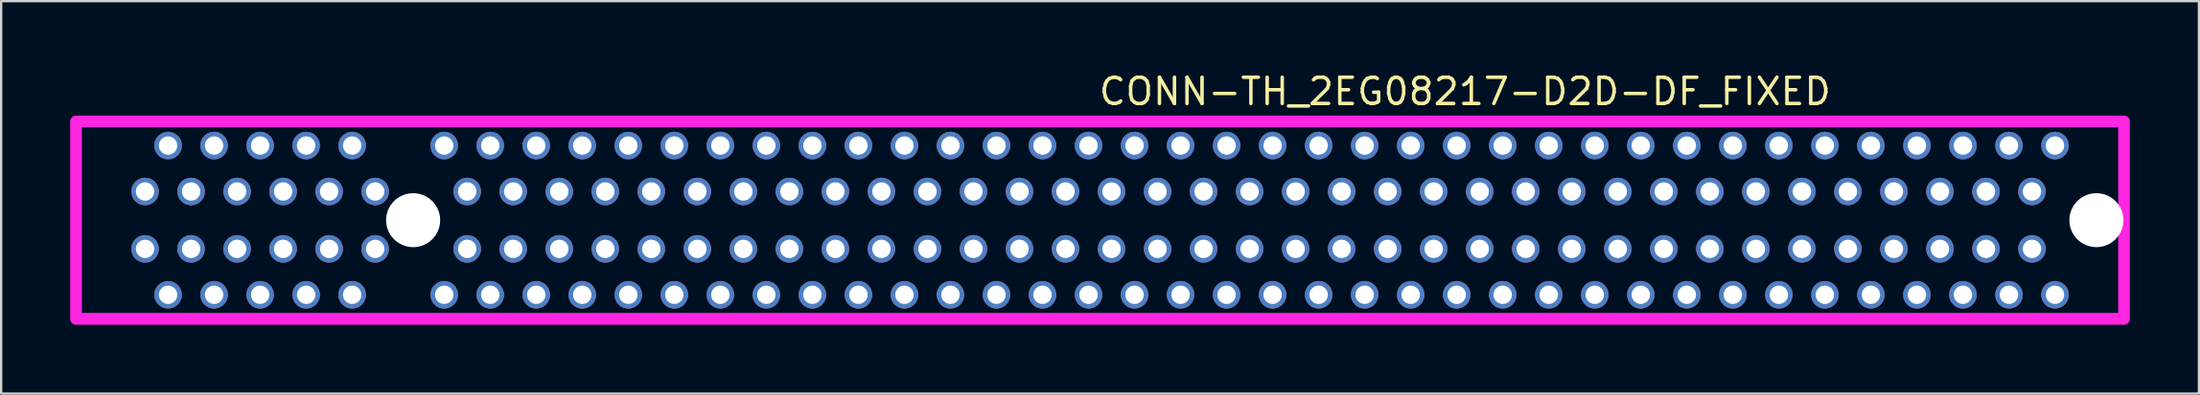
<source format=kicad_pcb>
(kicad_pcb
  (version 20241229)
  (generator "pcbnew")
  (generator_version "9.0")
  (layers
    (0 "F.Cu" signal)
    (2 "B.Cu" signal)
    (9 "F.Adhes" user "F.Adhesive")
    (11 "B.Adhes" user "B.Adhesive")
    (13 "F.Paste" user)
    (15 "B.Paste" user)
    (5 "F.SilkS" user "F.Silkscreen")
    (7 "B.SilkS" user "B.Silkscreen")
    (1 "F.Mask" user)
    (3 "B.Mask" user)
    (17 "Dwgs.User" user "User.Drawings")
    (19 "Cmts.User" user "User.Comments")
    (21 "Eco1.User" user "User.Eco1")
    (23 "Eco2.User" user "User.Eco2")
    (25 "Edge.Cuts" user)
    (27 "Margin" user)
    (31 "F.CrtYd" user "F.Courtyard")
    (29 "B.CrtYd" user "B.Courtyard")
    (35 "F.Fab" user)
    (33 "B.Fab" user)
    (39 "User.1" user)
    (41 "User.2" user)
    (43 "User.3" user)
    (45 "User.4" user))
  (footprint "CONN-TH_2EG08217-D2D-DF_FIXED"
    (layer "F.Cu")
    (at 44.754 6.54)
    (property "Reference" "CONN-TH_2EG08217-D2D-DF_FIXED" (at -0.13 -5.604 0) (layer "F.SilkS") (effects (font (size 1.143 1.143) (thickness 0.152)) (justify left)))
    (attr through_hole)
    (fp_line (start -44.455 -4.191) (end -44.455 4.191) (stroke (width 0.254) (type solid)) (layer "F.SilkS"))
    (fp_line (start -44.455 -4.191) (end 44.445 -4.191) (stroke (width 0.254) (type solid)) (layer "F.SilkS"))
    (fp_line (start -44.455 4.191) (end 44.445 4.191) (stroke (width 0.254) (type solid)) (layer "F.SilkS"))
    (fp_line (start 44.445 -0.747) (end 44.445 -4.191) (stroke (width 0.254) (type solid)) (layer "F.SilkS"))
    (fp_line (start 44.445 4.191) (end 44.445 0.747) (stroke (width 0.254) (type solid)) (layer "F.SilkS"))
    (fp_circle (center -29.85 -0.000127) (end -29.85 0.5) (stroke (width 1) (type solid)) (fill no) (layer "Cmts.User"))
    (fp_circle (center 43.3 -0.000127) (end 43.3 0.5) (stroke (width 1) (type solid)) (fill no) (layer "Cmts.User"))
    (fp_poly (pts (xy -44.5 -4.3) (xy 44.5 -4.3) (xy 44.5 4.3) (xy -44.5 4.3)) (stroke (width 0.508) (type solid)) (fill no) (layer "F.CrtYd"))
    (pad "" np_thru_hole circle (at -29.85 -0.000127) (size 2.35 2.35) (drill 2.35) (layers "*.Cu" "*.Mask"))
    (pad "" np_thru_hole circle (at 43.3 -0.000127) (size 2.35 2.35) (drill 2.35) (layers "*.Cu" "*.Mask"))
    (pad "A1" thru_hole circle (at -41.5 -1.25) (size 1.2 1.2) (drill 0.8) (layers "*.Cu" "*.Mask"))
    (pad "A2" thru_hole circle (at -40.5 -3.25) (size 1.2 1.2) (drill 0.8) (layers "*.Cu" "*.Mask"))
    (pad "A3" thru_hole circle (at -39.5 -1.25) (size 1.2 1.2) (drill 0.8) (layers "*.Cu" "*.Mask"))
    (pad "A4" thru_hole circle (at -38.5 -3.25) (size 1.2 1.2) (drill 0.8) (layers "*.Cu" "*.Mask"))
    (pad "A5" thru_hole circle (at -37.5 -1.25) (size 1.2 1.2) (drill 0.8) (layers "*.Cu" "*.Mask"))
    (pad "A6" thru_hole circle (at -36.5 -3.25) (size 1.2 1.2) (drill 0.8) (layers "*.Cu" "*.Mask"))
    (pad "A7" thru_hole circle (at -35.5 -1.25) (size 1.2 1.2) (drill 0.8) (layers "*.Cu" "*.Mask"))
    (pad "A8" thru_hole circle (at -34.5 -3.25) (size 1.2 1.2) (drill 0.8) (layers "*.Cu" "*.Mask"))
    (pad "A9" thru_hole circle (at -33.5 -1.25) (size 1.2 1.2) (drill 0.8) (layers "*.Cu" "*.Mask"))
    (pad "A10" thru_hole circle (at -32.5 -3.25) (size 1.2 1.2) (drill 0.8) (layers "*.Cu" "*.Mask"))
    (pad "A11" thru_hole circle (at -31.5 -1.25) (size 1.2 1.2) (drill 0.8) (layers "*.Cu" "*.Mask"))
    (pad "A12" thru_hole circle (at -28.5 -3.25) (size 1.2 1.2) (drill 0.8) (layers "*.Cu" "*.Mask"))
    (pad "A13" thru_hole circle (at -27.5 -1.25) (size 1.2 1.2) (drill 0.8) (layers "*.Cu" "*.Mask"))
    (pad "A14" thru_hole circle (at -26.5 -3.25) (size 1.2 1.2) (drill 0.8) (layers "*.Cu" "*.Mask"))
    (pad "A15" thru_hole circle (at -25.5 -1.25) (size 1.2 1.2) (drill 0.8) (layers "*.Cu" "*.Mask"))
    (pad "A16" thru_hole circle (at -24.5 -3.25) (size 1.2 1.2) (drill 0.8) (layers "*.Cu" "*.Mask"))
    (pad "A17" thru_hole circle (at -23.5 -1.25) (size 1.2 1.2) (drill 0.8) (layers "*.Cu" "*.Mask"))
    (pad "A18" thru_hole circle (at -22.5 -3.25) (size 1.2 1.2) (drill 0.8) (layers "*.Cu" "*.Mask"))
    (pad "A19" thru_hole circle (at -21.5 -1.25) (size 1.2 1.2) (drill 0.8) (layers "*.Cu" "*.Mask"))
    (pad "A20" thru_hole circle (at -20.5 -3.25) (size 1.2 1.2) (drill 0.8) (layers "*.Cu" "*.Mask"))
    (pad "A21" thru_hole circle (at -19.5 -1.25) (size 1.2 1.2) (drill 0.8) (layers "*.Cu" "*.Mask"))
    (pad "A22" thru_hole circle (at -18.5 -3.25) (size 1.2 1.2) (drill 0.8) (layers "*.Cu" "*.Mask"))
    (pad "A23" thru_hole circle (at -17.5 -1.25) (size 1.2 1.2) (drill 0.8) (layers "*.Cu" "*.Mask"))
    (pad "A24" thru_hole circle (at -16.5 -3.25) (size 1.2 1.2) (drill 0.8) (layers "*.Cu" "*.Mask"))
    (pad "A25" thru_hole circle (at -15.5 -1.25) (size 1.2 1.2) (drill 0.8) (layers "*.Cu" "*.Mask"))
    (pad "A26" thru_hole circle (at -14.5 -3.25) (size 1.2 1.2) (drill 0.8) (layers "*.Cu" "*.Mask"))
    (pad "A27" thru_hole circle (at -13.5 -1.25) (size 1.2 1.2) (drill 0.8) (layers "*.Cu" "*.Mask"))
    (pad "A28" thru_hole circle (at -12.5 -3.25) (size 1.2 1.2) (drill 0.8) (layers "*.Cu" "*.Mask"))
    (pad "A29" thru_hole circle (at -11.5 -1.25) (size 1.2 1.2) (drill 0.8) (layers "*.Cu" "*.Mask"))
    (pad "A30" thru_hole circle (at -10.5 -3.25) (size 1.2 1.2) (drill 0.8) (layers "*.Cu" "*.Mask"))
    (pad "A31" thru_hole circle (at -9.5 -1.25) (size 1.2 1.2) (drill 0.8) (layers "*.Cu" "*.Mask"))
    (pad "A32" thru_hole circle (at -8.5 -3.25) (size 1.2 1.2) (drill 0.8) (layers "*.Cu" "*.Mask"))
    (pad "A33" thru_hole circle (at -7.5 -1.25) (size 1.2 1.2) (drill 0.8) (layers "*.Cu" "*.Mask"))
    (pad "A34" thru_hole circle (at -6.5 -3.25) (size 1.2 1.2) (drill 0.8) (layers "*.Cu" "*.Mask"))
    (pad "A35" thru_hole circle (at -5.5 -1.25) (size 1.2 1.2) (drill 0.8) (layers "*.Cu" "*.Mask"))
    (pad "A36" thru_hole circle (at -4.5 -3.25) (size 1.2 1.2) (drill 0.8) (layers "*.Cu" "*.Mask"))
    (pad "A37" thru_hole circle (at -3.5 -1.25) (size 1.2 1.2) (drill 0.8) (layers "*.Cu" "*.Mask"))
    (pad "A38" thru_hole circle (at -2.5 -3.25) (size 1.2 1.2) (drill 0.8) (layers "*.Cu" "*.Mask"))
    (pad "A39" thru_hole circle (at -1.5 -1.25) (size 1.2 1.2) (drill 0.8) (layers "*.Cu" "*.Mask"))
    (pad "A40" thru_hole circle (at -0.5 -3.25) (size 1.2 1.2) (drill 0.8) (layers "*.Cu" "*.Mask"))
    (pad "A41" thru_hole circle (at 0.5 -1.25) (size 1.2 1.2) (drill 0.8) (layers "*.Cu" "*.Mask"))
    (pad "A42" thru_hole circle (at 1.5 -3.25) (size 1.2 1.2) (drill 0.8) (layers "*.Cu" "*.Mask"))
    (pad "A43" thru_hole circle (at 2.5 -1.25) (size 1.2 1.2) (drill 0.8) (layers "*.Cu" "*.Mask"))
    (pad "A44" thru_hole circle (at 3.5 -3.25) (size 1.2 1.2) (drill 0.8) (layers "*.Cu" "*.Mask"))
    (pad "A45" thru_hole circle (at 4.5 -1.25) (size 1.2 1.2) (drill 0.8) (layers "*.Cu" "*.Mask"))
    (pad "A46" thru_hole circle (at 5.5 -3.25) (size 1.2 1.2) (drill 0.8) (layers "*.Cu" "*.Mask"))
    (pad "A47" thru_hole circle (at 6.5 -1.25) (size 1.2 1.2) (drill 0.8) (layers "*.Cu" "*.Mask"))
    (pad "A48" thru_hole circle (at 7.5 -3.25) (size 1.2 1.2) (drill 0.8) (layers "*.Cu" "*.Mask"))
    (pad "A49" thru_hole circle (at 8.5 -1.25) (size 1.2 1.2) (drill 0.8) (layers "*.Cu" "*.Mask"))
    (pad "A50" thru_hole circle (at 9.5 -3.25) (size 1.2 1.2) (drill 0.8) (layers "*.Cu" "*.Mask"))
    (pad "A51" thru_hole circle (at 10.5 -1.25) (size 1.2 1.2) (drill 0.8) (layers "*.Cu" "*.Mask"))
    (pad "A52" thru_hole circle (at 11.5 -3.25) (size 1.2 1.2) (drill 0.8) (layers "*.Cu" "*.Mask"))
    (pad "A53" thru_hole circle (at 12.5 -1.25) (size 1.2 1.2) (drill 0.8) (layers "*.Cu" "*.Mask"))
    (pad "A54" thru_hole circle (at 13.5 -3.25) (size 1.2 1.2) (drill 0.8) (layers "*.Cu" "*.Mask"))
    (pad "A55" thru_hole circle (at 14.5 -1.25) (size 1.2 1.2) (drill 0.8) (layers "*.Cu" "*.Mask"))
    (pad "A56" thru_hole circle (at 15.5 -3.25) (size 1.2 1.2) (drill 0.8) (layers "*.Cu" "*.Mask"))
    (pad "A57" thru_hole circle (at 16.5 -1.25) (size 1.2 1.2) (drill 0.8) (layers "*.Cu" "*.Mask"))
    (pad "A58" thru_hole circle (at 17.5 -3.25) (size 1.2 1.2) (drill 0.8) (layers "*.Cu" "*.Mask"))
    (pad "A59" thru_hole circle (at 18.5 -1.25) (size 1.2 1.2) (drill 0.8) (layers "*.Cu" "*.Mask"))
    (pad "A60" thru_hole circle (at 19.5 -3.25) (size 1.2 1.2) (drill 0.8) (layers "*.Cu" "*.Mask"))
    (pad "A61" thru_hole circle (at 20.5 -1.25) (size 1.2 1.2) (drill 0.8) (layers "*.Cu" "*.Mask"))
    (pad "A62" thru_hole circle (at 21.5 -3.25) (size 1.2 1.2) (drill 0.8) (layers "*.Cu" "*.Mask"))
    (pad "A63" thru_hole circle (at 22.5 -1.25) (size 1.2 1.2) (drill 0.8) (layers "*.Cu" "*.Mask"))
    (pad "A64" thru_hole circle (at 23.5 -3.25) (size 1.2 1.2) (drill 0.8) (layers "*.Cu" "*.Mask"))
    (pad "A65" thru_hole circle (at 24.5 -1.25) (size 1.2 1.2) (drill 0.8) (layers "*.Cu" "*.Mask"))
    (pad "A66" thru_hole circle (at 25.5 -3.25) (size 1.2 1.2) (drill 0.8) (layers "*.Cu" "*.Mask"))
    (pad "A67" thru_hole circle (at 26.5 -1.25) (size 1.2 1.2) (drill 0.8) (layers "*.Cu" "*.Mask"))
    (pad "A68" thru_hole circle (at 27.5 -3.25) (size 1.2 1.2) (drill 0.8) (layers "*.Cu" "*.Mask"))
    (pad "A69" thru_hole circle (at 28.5 -1.25) (size 1.2 1.2) (drill 0.8) (layers "*.Cu" "*.Mask"))
    (pad "A70" thru_hole circle (at 29.5 -3.25) (size 1.2 1.2) (drill 0.8) (layers "*.Cu" "*.Mask"))
    (pad "A71" thru_hole circle (at 30.5 -1.25) (size 1.2 1.2) (drill 0.8) (layers "*.Cu" "*.Mask"))
    (pad "A72" thru_hole circle (at 31.5 -3.25) (size 1.2 1.2) (drill 0.8) (layers "*.Cu" "*.Mask"))
    (pad "A73" thru_hole circle (at 32.5 -1.25) (size 1.2 1.2) (drill 0.8) (layers "*.Cu" "*.Mask"))
    (pad "A74" thru_hole circle (at 33.5 -3.25) (size 1.2 1.2) (drill 0.8) (layers "*.Cu" "*.Mask"))
    (pad "A75" thru_hole circle (at 34.5 -1.25) (size 1.2 1.2) (drill 0.8) (layers "*.Cu" "*.Mask"))
    (pad "A76" thru_hole circle (at 35.5 -3.25) (size 1.2 1.2) (drill 0.8) (layers "*.Cu" "*.Mask"))
    (pad "A77" thru_hole circle (at 36.5 -1.25) (size 1.2 1.2) (drill 0.8) (layers "*.Cu" "*.Mask"))
    (pad "A78" thru_hole circle (at 37.5 -3.25) (size 1.2 1.2) (drill 0.8) (layers "*.Cu" "*.Mask"))
    (pad "A79" thru_hole circle (at 38.5 -1.25) (size 1.2 1.2) (drill 0.8) (layers "*.Cu" "*.Mask"))
    (pad "A80" thru_hole circle (at 39.5 -3.25) (size 1.2 1.2) (drill 0.8) (layers "*.Cu" "*.Mask"))
    (pad "A81" thru_hole circle (at 40.5 -1.25) (size 1.2 1.2) (drill 0.8) (layers "*.Cu" "*.Mask"))
    (pad "A82" thru_hole circle (at 41.5 -3.25) (size 1.2 1.2) (drill 0.8) (layers "*.Cu" "*.Mask"))
    (pad "B1" thru_hole circle (at -41.5 1.25) (size 1.2 1.2) (drill 0.8) (layers "*.Cu" "*.Mask"))
    (pad "B2" thru_hole circle (at -40.5 3.25) (size 1.2 1.2) (drill 0.8) (layers "*.Cu" "*.Mask"))
    (pad "B3" thru_hole circle (at -39.5 1.25) (size 1.2 1.2) (drill 0.8) (layers "*.Cu" "*.Mask"))
    (pad "B4" thru_hole circle (at -38.5 3.25) (size 1.2 1.2) (drill 0.8) (layers "*.Cu" "*.Mask"))
    (pad "B5" thru_hole circle (at -37.5 1.25) (size 1.2 1.2) (drill 0.8) (layers "*.Cu" "*.Mask"))
    (pad "B6" thru_hole circle (at -36.5 3.25) (size 1.2 1.2) (drill 0.8) (layers "*.Cu" "*.Mask"))
    (pad "B7" thru_hole circle (at -35.5 1.25) (size 1.2 1.2) (drill 0.8) (layers "*.Cu" "*.Mask"))
    (pad "B8" thru_hole circle (at -34.5 3.25) (size 1.2 1.2) (drill 0.8) (layers "*.Cu" "*.Mask"))
    (pad "B9" thru_hole circle (at -33.5 1.25) (size 1.2 1.2) (drill 0.8) (layers "*.Cu" "*.Mask"))
    (pad "B10" thru_hole circle (at -32.5 3.25) (size 1.2 1.2) (drill 0.8) (layers "*.Cu" "*.Mask"))
    (pad "B11" thru_hole circle (at -31.5 1.25) (size 1.2 1.2) (drill 0.8) (layers "*.Cu" "*.Mask"))
    (pad "B12" thru_hole circle (at -28.5 3.25) (size 1.2 1.2) (drill 0.8) (layers "*.Cu" "*.Mask"))
    (pad "B13" thru_hole circle (at -27.5 1.25) (size 1.2 1.2) (drill 0.8) (layers "*.Cu" "*.Mask"))
    (pad "B14" thru_hole circle (at -26.5 3.25) (size 1.2 1.2) (drill 0.8) (layers "*.Cu" "*.Mask"))
    (pad "B15" thru_hole circle (at -25.5 1.25) (size 1.2 1.2) (drill 0.8) (layers "*.Cu" "*.Mask"))
    (pad "B16" thru_hole circle (at -24.5 3.25) (size 1.2 1.2) (drill 0.8) (layers "*.Cu" "*.Mask"))
    (pad "B17" thru_hole circle (at -23.5 1.25) (size 1.2 1.2) (drill 0.8) (layers "*.Cu" "*.Mask"))
    (pad "B18" thru_hole circle (at -22.5 3.25) (size 1.2 1.2) (drill 0.8) (layers "*.Cu" "*.Mask"))
    (pad "B19" thru_hole circle (at -21.5 1.25) (size 1.2 1.2) (drill 0.8) (layers "*.Cu" "*.Mask"))
    (pad "B20" thru_hole circle (at -20.5 3.25) (size 1.2 1.2) (drill 0.8) (layers "*.Cu" "*.Mask"))
    (pad "B21" thru_hole circle (at -19.5 1.25) (size 1.2 1.2) (drill 0.8) (layers "*.Cu" "*.Mask"))
    (pad "B22" thru_hole circle (at -18.5 3.25) (size 1.2 1.2) (drill 0.8) (layers "*.Cu" "*.Mask"))
    (pad "B23" thru_hole circle (at -17.5 1.25) (size 1.2 1.2) (drill 0.8) (layers "*.Cu" "*.Mask"))
    (pad "B24" thru_hole circle (at -16.5 3.25) (size 1.2 1.2) (drill 0.8) (layers "*.Cu" "*.Mask"))
    (pad "B25" thru_hole circle (at -15.5 1.25) (size 1.2 1.2) (drill 0.8) (layers "*.Cu" "*.Mask"))
    (pad "B26" thru_hole circle (at -14.5 3.25) (size 1.2 1.2) (drill 0.8) (layers "*.Cu" "*.Mask"))
    (pad "B27" thru_hole circle (at -13.5 1.25) (size 1.2 1.2) (drill 0.8) (layers "*.Cu" "*.Mask"))
    (pad "B28" thru_hole circle (at -12.5 3.25) (size 1.2 1.2) (drill 0.8) (layers "*.Cu" "*.Mask"))
    (pad "B29" thru_hole circle (at -11.5 1.25) (size 1.2 1.2) (drill 0.8) (layers "*.Cu" "*.Mask"))
    (pad "B30" thru_hole circle (at -10.5 3.25) (size 1.2 1.2) (drill 0.8) (layers "*.Cu" "*.Mask"))
    (pad "B31" thru_hole circle (at -9.5 1.25) (size 1.2 1.2) (drill 0.8) (layers "*.Cu" "*.Mask"))
    (pad "B32" thru_hole circle (at -8.5 3.25) (size 1.2 1.2) (drill 0.8) (layers "*.Cu" "*.Mask"))
    (pad "B33" thru_hole circle (at -7.5 1.25) (size 1.2 1.2) (drill 0.8) (layers "*.Cu" "*.Mask"))
    (pad "B34" thru_hole circle (at -6.5 3.25) (size 1.2 1.2) (drill 0.8) (layers "*.Cu" "*.Mask"))
    (pad "B35" thru_hole circle (at -5.5 1.25) (size 1.2 1.2) (drill 0.8) (layers "*.Cu" "*.Mask"))
    (pad "B36" thru_hole circle (at -4.5 3.25) (size 1.2 1.2) (drill 0.8) (layers "*.Cu" "*.Mask"))
    (pad "B37" thru_hole circle (at -3.5 1.25) (size 1.2 1.2) (drill 0.8) (layers "*.Cu" "*.Mask"))
    (pad "B38" thru_hole circle (at -2.5 3.25) (size 1.2 1.2) (drill 0.8) (layers "*.Cu" "*.Mask"))
    (pad "B39" thru_hole circle (at -1.5 1.25) (size 1.2 1.2) (drill 0.8) (layers "*.Cu" "*.Mask"))
    (pad "B40" thru_hole circle (at -0.5 3.25) (size 1.2 1.2) (drill 0.8) (layers "*.Cu" "*.Mask"))
    (pad "B41" thru_hole circle (at 0.5 1.25) (size 1.2 1.2) (drill 0.8) (layers "*.Cu" "*.Mask"))
    (pad "B42" thru_hole circle (at 1.5 3.25) (size 1.2 1.2) (drill 0.8) (layers "*.Cu" "*.Mask"))
    (pad "B43" thru_hole circle (at 2.5 1.25) (size 1.2 1.2) (drill 0.8) (layers "*.Cu" "*.Mask"))
    (pad "B44" thru_hole circle (at 3.5 3.25) (size 1.2 1.2) (drill 0.8) (layers "*.Cu" "*.Mask"))
    (pad "B45" thru_hole circle (at 4.5 1.25) (size 1.2 1.2) (drill 0.8) (layers "*.Cu" "*.Mask"))
    (pad "B46" thru_hole circle (at 5.5 3.25) (size 1.2 1.2) (drill 0.8) (layers "*.Cu" "*.Mask"))
    (pad "B47" thru_hole circle (at 6.5 1.25) (size 1.2 1.2) (drill 0.8) (layers "*.Cu" "*.Mask"))
    (pad "B48" thru_hole circle (at 7.5 3.25) (size 1.2 1.2) (drill 0.8) (layers "*.Cu" "*.Mask"))
    (pad "B49" thru_hole circle (at 8.5 1.25) (size 1.2 1.2) (drill 0.8) (layers "*.Cu" "*.Mask"))
    (pad "B50" thru_hole circle (at 9.5 3.25) (size 1.2 1.2) (drill 0.8) (layers "*.Cu" "*.Mask"))
    (pad "B51" thru_hole circle (at 10.5 1.25) (size 1.2 1.2) (drill 0.8) (layers "*.Cu" "*.Mask"))
    (pad "B52" thru_hole circle (at 11.5 3.25) (size 1.2 1.2) (drill 0.8) (layers "*.Cu" "*.Mask"))
    (pad "B53" thru_hole circle (at 12.5 1.25) (size 1.2 1.2) (drill 0.8) (layers "*.Cu" "*.Mask"))
    (pad "B54" thru_hole circle (at 13.5 3.25) (size 1.2 1.2) (drill 0.8) (layers "*.Cu" "*.Mask"))
    (pad "B55" thru_hole circle (at 14.5 1.25) (size 1.2 1.2) (drill 0.8) (layers "*.Cu" "*.Mask"))
    (pad "B56" thru_hole circle (at 15.5 3.25) (size 1.2 1.2) (drill 0.8) (layers "*.Cu" "*.Mask"))
    (pad "B57" thru_hole circle (at 16.5 1.25) (size 1.2 1.2) (drill 0.8) (layers "*.Cu" "*.Mask"))
    (pad "B58" thru_hole circle (at 17.5 3.25) (size 1.2 1.2) (drill 0.8) (layers "*.Cu" "*.Mask"))
    (pad "B59" thru_hole circle (at 18.5 1.25) (size 1.2 1.2) (drill 0.8) (layers "*.Cu" "*.Mask"))
    (pad "B60" thru_hole circle (at 19.5 3.25) (size 1.2 1.2) (drill 0.8) (layers "*.Cu" "*.Mask"))
    (pad "B61" thru_hole circle (at 20.5 1.25) (size 1.2 1.2) (drill 0.8) (layers "*.Cu" "*.Mask"))
    (pad "B62" thru_hole circle (at 21.5 3.25) (size 1.2 1.2) (drill 0.8) (layers "*.Cu" "*.Mask"))
    (pad "B63" thru_hole circle (at 22.5 1.25) (size 1.2 1.2) (drill 0.8) (layers "*.Cu" "*.Mask"))
    (pad "B64" thru_hole circle (at 23.5 3.25) (size 1.2 1.2) (drill 0.8) (layers "*.Cu" "*.Mask"))
    (pad "B65" thru_hole circle (at 24.5 1.25) (size 1.2 1.2) (drill 0.8) (layers "*.Cu" "*.Mask"))
    (pad "B66" thru_hole circle (at 25.5 3.25) (size 1.2 1.2) (drill 0.8) (layers "*.Cu" "*.Mask"))
    (pad "B67" thru_hole circle (at 26.5 1.25) (size 1.2 1.2) (drill 0.8) (layers "*.Cu" "*.Mask"))
    (pad "B68" thru_hole circle (at 27.5 3.25) (size 1.2 1.2) (drill 0.8) (layers "*.Cu" "*.Mask"))
    (pad "B69" thru_hole circle (at 28.5 1.25) (size 1.2 1.2) (drill 0.8) (layers "*.Cu" "*.Mask"))
    (pad "B70" thru_hole circle (at 29.5 3.25) (size 1.2 1.2) (drill 0.8) (layers "*.Cu" "*.Mask"))
    (pad "B71" thru_hole circle (at 30.5 1.25) (size 1.2 1.2) (drill 0.8) (layers "*.Cu" "*.Mask"))
    (pad "B72" thru_hole circle (at 31.5 3.25) (size 1.2 1.2) (drill 0.8) (layers "*.Cu" "*.Mask"))
    (pad "B73" thru_hole circle (at 32.5 1.25) (size 1.2 1.2) (drill 0.8) (layers "*.Cu" "*.Mask"))
    (pad "B74" thru_hole circle (at 33.5 3.25) (size 1.2 1.2) (drill 0.8) (layers "*.Cu" "*.Mask"))
    (pad "B75" thru_hole circle (at 34.5 1.25) (size 1.2 1.2) (drill 0.8) (layers "*.Cu" "*.Mask"))
    (pad "B76" thru_hole circle (at 35.5 3.25) (size 1.2 1.2) (drill 0.8) (layers "*.Cu" "*.Mask"))
    (pad "B77" thru_hole circle (at 36.5 1.25) (size 1.2 1.2) (drill 0.8) (layers "*.Cu" "*.Mask"))
    (pad "B78" thru_hole circle (at 37.5 3.25) (size 1.2 1.2) (drill 0.8) (layers "*.Cu" "*.Mask"))
    (pad "B79" thru_hole circle (at 38.5 1.25) (size 1.2 1.2) (drill 0.8) (layers "*.Cu" "*.Mask"))
    (pad "B80" thru_hole circle (at 39.5 3.25) (size 1.2 1.2) (drill 0.8) (layers "*.Cu" "*.Mask"))
    (pad "B81" thru_hole circle (at 40.5 1.25) (size 1.2 1.2) (drill 0.8) (layers "*.Cu" "*.Mask"))
    (pad "B82" thru_hole circle (at 41.5 3.25) (size 1.2 1.2) (drill 0.8) (layers "*.Cu" "*.Mask")))
  (gr_rect
    (start -3 -3)
    (end 92.508 14.094)
    (stroke (width 0.1) (type default))
    (fill no)
    (layer "Edge.Cuts")))
</source>
